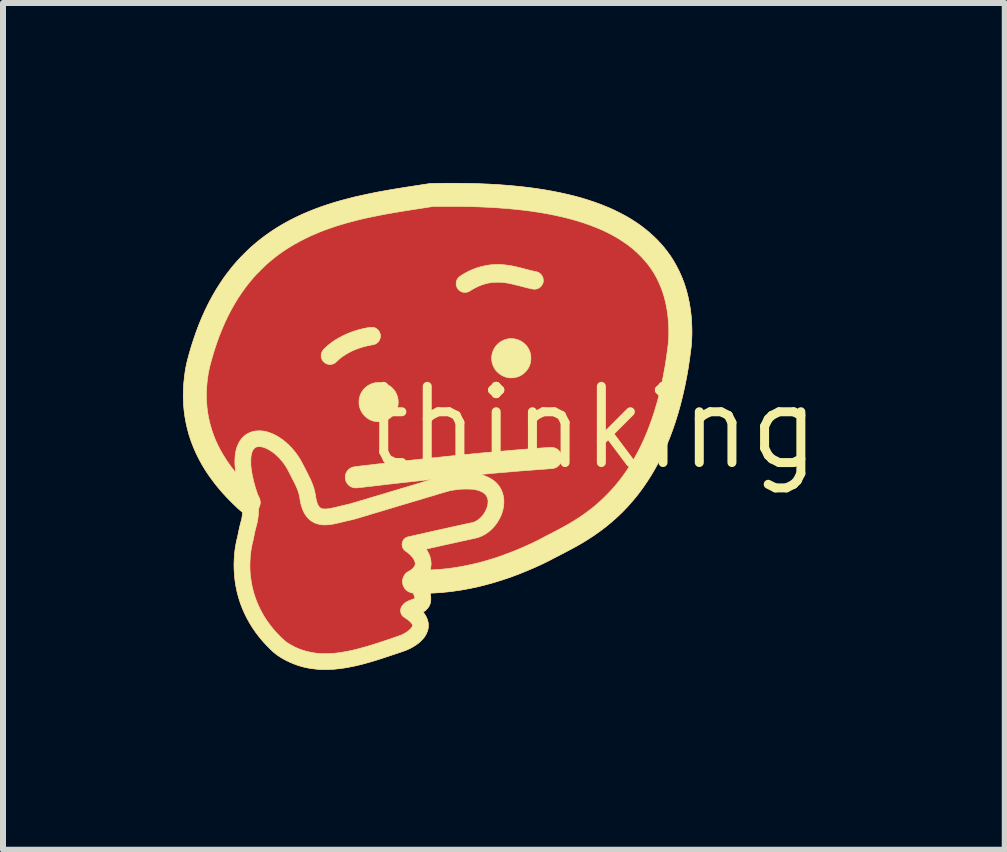
<source format=kicad_pcb>
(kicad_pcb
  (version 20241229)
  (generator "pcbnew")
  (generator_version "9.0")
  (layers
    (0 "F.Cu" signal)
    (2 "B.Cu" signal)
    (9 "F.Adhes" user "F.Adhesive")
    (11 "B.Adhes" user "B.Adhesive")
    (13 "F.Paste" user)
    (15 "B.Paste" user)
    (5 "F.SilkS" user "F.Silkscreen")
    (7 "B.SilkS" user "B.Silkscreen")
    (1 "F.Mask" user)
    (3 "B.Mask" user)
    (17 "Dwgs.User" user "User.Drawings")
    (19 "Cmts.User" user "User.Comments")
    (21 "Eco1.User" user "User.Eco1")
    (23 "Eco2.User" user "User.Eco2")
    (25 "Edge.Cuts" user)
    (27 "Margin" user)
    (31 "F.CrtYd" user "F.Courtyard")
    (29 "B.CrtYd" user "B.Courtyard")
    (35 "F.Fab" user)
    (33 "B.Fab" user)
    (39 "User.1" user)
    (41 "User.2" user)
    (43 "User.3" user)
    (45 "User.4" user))
  (footprint "thinking"
    (layer "F.Cu")
    (at 6.825 4.082)
    (property "Reference" "thinking" (at 0 0 0) (layer "F.SilkS") (effects (font (size 1.27 1.27) (thickness 0.15))))
    (attr through_hole)
    (fp_poly (pts (xy -2.215 -4.076) (xy -2.114 -4.074) (xy -2.014 -4.072) (xy -1.915 -4.07) (xy -1.82 -4.066) (xy -1.739 -4.063) (xy -1.573 -4.053) (xy -1.411 -4.041) (xy -1.254 -4.027) (xy -1.102 -4.01) (xy -0.953 -3.991) (xy -0.809 -3.969) (xy -0.67 -3.945) (xy -0.534 -3.918) (xy -0.403 -3.889) (xy -0.276 -3.857) (xy -0.153 -3.823) (xy -0.035 -3.786) (xy 0.08 -3.746) (xy 0.19 -3.704) (xy 0.297 -3.66) (xy 0.399 -3.613) (xy 0.497 -3.563) (xy 0.591 -3.511) (xy 0.682 -3.456) (xy 0.768 -3.398) (xy 0.85 -3.338) (xy 0.852 -3.337) (xy 0.925 -3.278) (xy 0.996 -3.216) (xy 1.065 -3.151) (xy 1.129 -3.084) (xy 1.188 -3.017) (xy 1.249 -2.94) (xy 1.306 -2.86) (xy 1.359 -2.777) (xy 1.408 -2.691) (xy 1.452 -2.603) (xy 1.492 -2.512) (xy 1.528 -2.418) (xy 1.56 -2.322) (xy 1.587 -2.223) (xy 1.61 -2.122) (xy 1.629 -2.018) (xy 1.641 -1.933) (xy 1.649 -1.856) (xy 1.655 -1.778) (xy 1.659 -1.7) (xy 1.661 -1.622) (xy 1.66 -1.546) (xy 1.658 -1.471) (xy 1.653 -1.4) (xy 1.647 -1.336) (xy 1.625 -1.167) (xy 1.601 -1.003) (xy 1.573 -0.842) (xy 1.542 -0.685) (xy 1.507 -0.532) (xy 1.47 -0.383) (xy 1.429 -0.238) (xy 1.385 -0.097) (xy 1.338 0.04) (xy 1.288 0.173) (xy 1.235 0.302) (xy 1.178 0.428) (xy 1.118 0.549) (xy 1.055 0.667) (xy 0.989 0.781) (xy 0.92 0.891) (xy 0.847 0.997) (xy 0.772 1.099) (xy 0.693 1.197) (xy 0.61 1.292) (xy 0.605 1.298) (xy 0.523 1.384) (xy 0.438 1.468) (xy 0.349 1.548) (xy 0.257 1.626) (xy 0.162 1.7) (xy 0.062 1.772) (xy -0.042 1.842) (xy -0.15 1.909) (xy -0.213 1.946) (xy -0.241 1.962) (xy -0.27 1.978) (xy -0.3 1.995) (xy -0.332 2.012) (xy -0.367 2.031) (xy -0.405 2.051) (xy -0.446 2.072) (xy -0.49 2.096) (xy -0.522 2.112) (xy -0.546 2.125) (xy -0.57 2.137) (xy -0.593 2.149) (xy -0.615 2.16) (xy -0.634 2.17) (xy -0.651 2.179) (xy -0.665 2.186) (xy -0.675 2.192) (xy -0.677 2.193) (xy -0.694 2.202) (xy -0.714 2.212) (xy -0.738 2.224) (xy -0.764 2.237) (xy -0.792 2.251) (xy -0.821 2.265) (xy -0.85 2.279) (xy -0.878 2.292) (xy -0.906 2.304) (xy -0.919 2.311) (xy -1.064 2.374) (xy -1.207 2.432) (xy -1.349 2.486) (xy -1.491 2.534) (xy -1.631 2.578) (xy -1.771 2.617) (xy -1.91 2.651) (xy -2.049 2.681) (xy -2.188 2.706) (xy -2.326 2.726) (xy -2.464 2.742) (xy -2.508 2.746) (xy -2.526 2.747) (xy -2.546 2.749) (xy -2.568 2.75) (xy -2.59 2.752) (xy -2.611 2.753) (xy -2.632 2.754) (xy -2.651 2.755) (xy -2.666 2.756) (xy -2.678 2.756) (xy -2.681 2.756) (xy -2.703 2.756) (xy -2.702 2.765) (xy -2.7 2.773) (xy -2.699 2.783) (xy -2.697 2.794) (xy -2.696 2.795) (xy -2.694 2.81) (xy -2.693 2.827) (xy -2.693 2.847) (xy -2.693 2.866) (xy -2.694 2.884) (xy -2.695 2.899) (xy -2.696 2.904) (xy -2.705 2.938) (xy -2.718 2.969) (xy -2.736 2.998) (xy -2.758 3.024) (xy -2.784 3.048) (xy -2.807 3.064) (xy -2.821 3.074) (xy -2.805 3.095) (xy -2.783 3.127) (xy -2.766 3.159) (xy -2.752 3.192) (xy -2.742 3.225) (xy -2.739 3.236) (xy -2.737 3.245) (xy -2.736 3.255) (xy -2.735 3.265) (xy -2.734 3.278) (xy -2.734 3.294) (xy -2.734 3.294) (xy -2.735 3.316) (xy -2.736 3.334) (xy -2.738 3.35) (xy -2.741 3.366) (xy -2.746 3.384) (xy -2.751 3.399) (xy -2.766 3.433) (xy -2.786 3.468) (xy -2.81 3.502) (xy -2.838 3.535) (xy -2.871 3.567) (xy -2.907 3.598) (xy -2.948 3.627) (xy -2.967 3.64) (xy -2.983 3.649) (xy -3.002 3.66) (xy -3.023 3.671) (xy -3.045 3.682) (xy -3.066 3.693) (xy -3.086 3.701) (xy -3.099 3.707) (xy -3.106 3.71) (xy -3.117 3.714) (xy -3.133 3.719) (xy -3.152 3.726) (xy -3.173 3.733) (xy -3.198 3.742) (xy -3.224 3.751) (xy -3.252 3.76) (xy -3.281 3.77) (xy -3.31 3.78) (xy -3.34 3.79) (xy -3.37 3.8) (xy -3.398 3.809) (xy -3.426 3.819) (xy -3.452 3.827) (xy -3.475 3.835) (xy -3.496 3.842) (xy -3.509 3.846) (xy -3.59 3.871) (xy -3.667 3.895) (xy -3.741 3.916) (xy -3.811 3.935) (xy -3.878 3.953) (xy -3.943 3.968) (xy -4.006 3.981) (xy -4.067 3.993) (xy -4.126 4.003) (xy -4.185 4.012) (xy -4.243 4.019) (xy -4.298 4.025) (xy -4.31 4.026) (xy -4.327 4.027) (xy -4.347 4.027) (xy -4.369 4.028) (xy -4.393 4.029) (xy -4.417 4.029) (xy -4.442 4.03) (xy -4.466 4.03) (xy -4.488 4.03) (xy -4.508 4.03) (xy -4.525 4.03) (xy -4.537 4.03) (xy -4.54 4.029) (xy -4.624 4.022) (xy -4.705 4.011) (xy -4.783 3.996) (xy -4.858 3.977) (xy -4.932 3.954) (xy -5.003 3.927) (xy -5.073 3.895) (xy -5.141 3.86) (xy -5.209 3.819) (xy -5.248 3.794) (xy -5.268 3.779) (xy -5.291 3.76) (xy -5.317 3.738) (xy -5.344 3.714) (xy -5.372 3.687) (xy -5.401 3.658) (xy -5.431 3.628) (xy -5.46 3.596) (xy -5.489 3.564) (xy -5.517 3.532) (xy -5.529 3.518) (xy -5.591 3.439) (xy -5.648 3.359) (xy -5.701 3.276) (xy -5.75 3.191) (xy -5.793 3.104) (xy -5.833 3.015) (xy -5.867 2.924) (xy -5.897 2.832) (xy -5.922 2.738) (xy -5.927 2.714) (xy -5.944 2.626) (xy -5.958 2.537) (xy -5.967 2.446) (xy -5.972 2.356) (xy -5.973 2.265) (xy -5.97 2.175) (xy -5.963 2.086) (xy -5.952 1.999) (xy -5.936 1.914) (xy -5.921 1.847) (xy -5.917 1.833) (xy -5.913 1.816) (xy -5.909 1.796) (xy -5.904 1.774) (xy -5.9 1.753) (xy -5.897 1.737) (xy -5.89 1.706) (xy -5.884 1.674) (xy -5.877 1.645) (xy -5.87 1.617) (xy -5.864 1.592) (xy -5.858 1.571) (xy -5.854 1.556) (xy -5.849 1.538) (xy -5.844 1.521) (xy -5.841 1.502) (xy -5.838 1.481) (xy -5.836 1.466) (xy -5.834 1.448) (xy -5.832 1.435) (xy -5.832 1.425) (xy -5.832 1.417) (xy -5.834 1.411) (xy -5.838 1.406) (xy -5.844 1.4) (xy -5.851 1.394) (xy -5.857 1.389) (xy -5.881 1.368) (xy -5.908 1.343) (xy -5.937 1.317) (xy -5.967 1.288) (xy -5.998 1.258) (xy -6.029 1.227) (xy -6.059 1.197) (xy -6.088 1.167) (xy -6.108 1.146) (xy -6.189 1.056) (xy -6.266 0.965) (xy -6.337 0.872) (xy -6.404 0.779) (xy -6.465 0.684) (xy -6.522 0.588) (xy -6.574 0.491) (xy -6.621 0.393) (xy -6.662 0.294) (xy -6.699 0.193) (xy -6.731 0.091) (xy -6.758 -0.011) (xy -6.78 -0.115) (xy -6.797 -0.221) (xy -6.801 -0.246) (xy -6.811 -0.348) (xy -6.818 -0.449) (xy -6.82 -0.551) (xy -6.817 -0.654) (xy -6.81 -0.758) (xy -6.799 -0.864) (xy -6.783 -0.972) (xy -6.78 -0.986) (xy -6.777 -1.006) (xy -6.771 -1.031) (xy -6.765 -1.059) (xy -6.758 -1.09) (xy -6.75 -1.123) (xy -6.741 -1.158) (xy -6.732 -1.193) (xy -6.722 -1.229) (xy -6.712 -1.264) (xy -6.711 -1.267) (xy -6.669 -1.407) (xy -6.624 -1.542) (xy -6.577 -1.673) (xy -6.526 -1.8) (xy -6.472 -1.923) (xy -6.415 -2.042) (xy -6.355 -2.157) (xy -6.292 -2.269) (xy -6.226 -2.376) (xy -6.157 -2.48) (xy -6.085 -2.58) (xy -6.009 -2.676) (xy -5.988 -2.701) (xy -5.964 -2.73) (xy -5.94 -2.757) (xy -5.917 -2.783) (xy -5.893 -2.809) (xy -5.867 -2.836) (xy -5.84 -2.865) (xy -5.809 -2.896) (xy -5.804 -2.901) (xy -5.772 -2.933) (xy -5.742 -2.962) (xy -5.714 -2.988) (xy -5.688 -3.013) (xy -5.661 -3.037) (xy -5.634 -3.06) (xy -5.606 -3.084) (xy -5.576 -3.108) (xy -5.551 -3.128) (xy -5.46 -3.198) (xy -5.366 -3.264) (xy -5.269 -3.328) (xy -5.168 -3.389) (xy -5.063 -3.447) (xy -4.955 -3.503) (xy -4.842 -3.556) (xy -4.726 -3.606) (xy -4.606 -3.653) (xy -4.482 -3.698) (xy -4.354 -3.74) (xy -4.221 -3.78) (xy -4.085 -3.817) (xy -3.966 -3.847) (xy -3.922 -3.857) (xy -3.877 -3.867) (xy -3.833 -3.877) (xy -3.789 -3.887) (xy -3.745 -3.896) (xy -3.7 -3.906) (xy -3.653 -3.915) (xy -3.606 -3.924) (xy -3.557 -3.933) (xy -3.506 -3.943) (xy -3.453 -3.952) (xy -3.397 -3.962) (xy -3.339 -3.972) (xy -3.277 -3.982) (xy -3.213 -3.993) (xy -3.144 -4.004) (xy -3.072 -4.015) (xy -2.995 -4.027) (xy -2.914 -4.04) (xy -2.854 -4.049) (xy -2.701 -4.072) (xy -2.606 -4.074) (xy -2.513 -4.076) (xy -2.416 -4.077) (xy -2.316 -4.077) (xy -2.215 -4.076)) (stroke (width 0.01) (type solid)) (fill yes) (layer "F.Cu"))
    (fp_poly (pts (xy -3.534 -0.753) (xy -3.515 -0.752) (xy -3.508 -0.751) (xy -3.468 -0.741) (xy -3.43 -0.727) (xy -3.395 -0.709) (xy -3.362 -0.687) (xy -3.333 -0.662) (xy -3.307 -0.632) (xy -3.284 -0.6) (xy -3.265 -0.564) (xy -3.25 -0.525) (xy -3.244 -0.505) (xy -3.241 -0.487) (xy -3.238 -0.465) (xy -3.236 -0.442) (xy -3.236 -0.418) (xy -3.237 -0.395) (xy -3.239 -0.375) (xy -3.24 -0.373) (xy -3.249 -0.333) (xy -3.263 -0.295) (xy -3.281 -0.26) (xy -3.304 -0.227) (xy -3.331 -0.197) (xy -3.361 -0.17) (xy -3.394 -0.147) (xy -3.429 -0.129) (xy -3.466 -0.115) (xy -3.505 -0.105) (xy -3.544 -0.101) (xy -3.584 -0.101) (xy -3.594 -0.102) (xy -3.635 -0.108) (xy -3.673 -0.119) (xy -3.71 -0.135) (xy -3.744 -0.155) (xy -3.776 -0.18) (xy -3.794 -0.197) (xy -3.821 -0.227) (xy -3.843 -0.259) (xy -3.861 -0.293) (xy -3.875 -0.33) (xy -3.884 -0.364) (xy -3.888 -0.388) (xy -3.89 -0.415) (xy -3.889 -0.443) (xy -3.887 -0.47) (xy -3.884 -0.492) (xy -3.873 -0.532) (xy -3.858 -0.57) (xy -3.838 -0.605) (xy -3.815 -0.637) (xy -3.788 -0.665) (xy -3.758 -0.691) (xy -3.725 -0.712) (xy -3.688 -0.73) (xy -3.649 -0.744) (xy -3.637 -0.747) (xy -3.621 -0.75) (xy -3.601 -0.752) (xy -3.578 -0.754) (xy -3.556 -0.754) (xy -3.534 -0.753)) (stroke (width 0.01) (type solid)) (fill yes) (layer "F.SilkS"))
    (fp_poly (pts (xy -1.337 -1.485) (xy -1.313 -1.484) (xy -1.291 -1.481) (xy -1.272 -1.477) (xy -1.233 -1.465) (xy -1.196 -1.448) (xy -1.162 -1.427) (xy -1.131 -1.402) (xy -1.103 -1.375) (xy -1.079 -1.344) (xy -1.059 -1.31) (xy -1.043 -1.274) (xy -1.032 -1.236) (xy -1.028 -1.216) (xy -1.025 -1.197) (xy -1.024 -1.175) (xy -1.024 -1.152) (xy -1.025 -1.129) (xy -1.027 -1.109) (xy -1.028 -1.102) (xy -1.037 -1.064) (xy -1.05 -1.027) (xy -1.068 -0.992) (xy -1.09 -0.96) (xy -1.116 -0.931) (xy -1.145 -0.904) (xy -1.177 -0.881) (xy -1.211 -0.862) (xy -1.246 -0.849) (xy -1.274 -0.841) (xy -1.305 -0.835) (xy -1.336 -0.832) (xy -1.367 -0.832) (xy -1.382 -0.833) (xy -1.423 -0.84) (xy -1.461 -0.851) (xy -1.498 -0.867) (xy -1.533 -0.888) (xy -1.565 -0.913) (xy -1.581 -0.928) (xy -1.609 -0.958) (xy -1.631 -0.991) (xy -1.649 -1.025) (xy -1.663 -1.062) (xy -1.672 -1.095) (xy -1.675 -1.118) (xy -1.677 -1.143) (xy -1.677 -1.17) (xy -1.676 -1.195) (xy -1.673 -1.217) (xy -1.663 -1.256) (xy -1.649 -1.293) (xy -1.631 -1.328) (xy -1.609 -1.36) (xy -1.584 -1.389) (xy -1.555 -1.415) (xy -1.523 -1.437) (xy -1.488 -1.456) (xy -1.451 -1.471) (xy -1.412 -1.481) (xy -1.405 -1.482) (xy -1.385 -1.485) (xy -1.362 -1.486) (xy -1.337 -1.485)) (stroke (width 0.01) (type solid)) (fill yes) (layer "F.SilkS"))
    (fp_poly (pts (xy -3.645 -1.673) (xy -3.623 -1.666) (xy -3.603 -1.656) (xy -3.585 -1.642) (xy -3.572 -1.63) (xy -3.555 -1.609) (xy -3.543 -1.586) (xy -3.535 -1.562) (xy -3.532 -1.536) (xy -3.533 -1.51) (xy -3.539 -1.485) (xy -3.549 -1.46) (xy -3.553 -1.453) (xy -3.565 -1.436) (xy -3.581 -1.42) (xy -3.6 -1.406) (xy -3.619 -1.395) (xy -3.633 -1.389) (xy -3.638 -1.388) (xy -3.647 -1.386) (xy -3.659 -1.384) (xy -3.673 -1.381) (xy -3.686 -1.379) (xy -3.754 -1.365) (xy -3.822 -1.348) (xy -3.888 -1.327) (xy -3.953 -1.303) (xy -4.014 -1.276) (xy -4.073 -1.245) (xy -4.128 -1.212) (xy -4.179 -1.177) (xy -4.183 -1.174) (xy -4.195 -1.164) (xy -4.21 -1.152) (xy -4.225 -1.139) (xy -4.239 -1.126) (xy -4.247 -1.119) (xy -4.259 -1.108) (xy -4.27 -1.097) (xy -4.281 -1.088) (xy -4.289 -1.081) (xy -4.294 -1.077) (xy -4.316 -1.066) (xy -4.34 -1.059) (xy -4.365 -1.055) (xy -4.39 -1.056) (xy -4.404 -1.058) (xy -4.43 -1.066) (xy -4.453 -1.079) (xy -4.474 -1.095) (xy -4.491 -1.114) (xy -4.505 -1.137) (xy -4.515 -1.161) (xy -4.517 -1.172) (xy -4.52 -1.188) (xy -4.521 -1.202) (xy -4.52 -1.216) (xy -4.517 -1.231) (xy -4.511 -1.254) (xy -4.502 -1.273) (xy -4.489 -1.293) (xy -4.481 -1.303) (xy -4.469 -1.316) (xy -4.454 -1.33) (xy -4.437 -1.346) (xy -4.419 -1.363) (xy -4.4 -1.379) (xy -4.397 -1.382) (xy -4.344 -1.423) (xy -4.287 -1.462) (xy -4.226 -1.498) (xy -4.162 -1.532) (xy -4.094 -1.564) (xy -4.025 -1.592) (xy -3.954 -1.617) (xy -3.881 -1.638) (xy -3.807 -1.656) (xy -3.732 -1.67) (xy -3.725 -1.671) (xy -3.695 -1.675) (xy -3.668 -1.675) (xy -3.645 -1.673)) (stroke (width 0.01) (type solid)) (fill yes) (layer "F.SilkS"))
    (fp_poly (pts (xy -1.528 -2.721) (xy -1.498 -2.719) (xy -1.47 -2.717) (xy -1.442 -2.714) (xy -1.414 -2.71) (xy -1.385 -2.706) (xy -1.356 -2.702) (xy -1.326 -2.696) (xy -1.293 -2.689) (xy -1.258 -2.681) (xy -1.221 -2.672) (xy -1.179 -2.662) (xy -1.134 -2.65) (xy -1.11 -2.644) (xy -1.079 -2.636) (xy -1.053 -2.629) (xy -1.03 -2.623) (xy -1.01 -2.618) (xy -0.992 -2.614) (xy -0.976 -2.611) (xy -0.961 -2.607) (xy -0.947 -2.604) (xy -0.945 -2.604) (xy -0.927 -2.6) (xy -0.914 -2.596) (xy -0.902 -2.591) (xy -0.89 -2.585) (xy -0.881 -2.579) (xy -0.86 -2.562) (xy -0.843 -2.542) (xy -0.829 -2.518) (xy -0.823 -2.502) (xy -0.82 -2.489) (xy -0.818 -2.473) (xy -0.817 -2.456) (xy -0.817 -2.439) (xy -0.819 -2.425) (xy -0.82 -2.421) (xy -0.829 -2.396) (xy -0.843 -2.374) (xy -0.859 -2.354) (xy -0.878 -2.337) (xy -0.897 -2.326) (xy -0.908 -2.321) (xy -0.919 -2.317) (xy -0.931 -2.314) (xy -0.942 -2.312) (xy -0.955 -2.311) (xy -0.969 -2.311) (xy -0.985 -2.312) (xy -1.004 -2.315) (xy -1.025 -2.319) (xy -1.049 -2.325) (xy -1.077 -2.331) (xy -1.109 -2.339) (xy -1.134 -2.346) (xy -1.177 -2.357) (xy -1.216 -2.367) (xy -1.251 -2.376) (xy -1.282 -2.383) (xy -1.31 -2.39) (xy -1.335 -2.396) (xy -1.358 -2.401) (xy -1.378 -2.406) (xy -1.398 -2.409) (xy -1.416 -2.413) (xy -1.434 -2.415) (xy -1.451 -2.418) (xy -1.469 -2.42) (xy -1.488 -2.422) (xy -1.497 -2.423) (xy -1.515 -2.425) (xy -1.536 -2.426) (xy -1.56 -2.426) (xy -1.585 -2.426) (xy -1.61 -2.426) (xy -1.634 -2.425) (xy -1.655 -2.424) (xy -1.672 -2.422) (xy -1.673 -2.422) (xy -1.736 -2.412) (xy -1.798 -2.396) (xy -1.859 -2.376) (xy -1.918 -2.35) (xy -1.977 -2.32) (xy -2.014 -2.298) (xy -2.031 -2.287) (xy -2.044 -2.279) (xy -2.055 -2.273) (xy -2.065 -2.269) (xy -2.073 -2.265) (xy -2.082 -2.262) (xy -2.083 -2.262) (xy -2.097 -2.259) (xy -2.114 -2.257) (xy -2.131 -2.257) (xy -2.145 -2.258) (xy -2.148 -2.258) (xy -2.174 -2.265) (xy -2.197 -2.276) (xy -2.218 -2.291) (xy -2.236 -2.309) (xy -2.25 -2.329) (xy -2.261 -2.352) (xy -2.268 -2.376) (xy -2.27 -2.402) (xy -2.268 -2.428) (xy -2.266 -2.439) (xy -2.259 -2.46) (xy -2.251 -2.477) (xy -2.24 -2.493) (xy -2.226 -2.508) (xy -2.208 -2.523) (xy -2.19 -2.536) (xy -2.125 -2.576) (xy -2.059 -2.611) (xy -1.991 -2.641) (xy -1.922 -2.667) (xy -1.852 -2.687) (xy -1.781 -2.703) (xy -1.709 -2.715) (xy -1.637 -2.721) (xy -1.564 -2.722) (xy -1.528 -2.721)) (stroke (width 0.01) (type solid)) (fill yes) (layer "F.SilkS"))
    (fp_poly (pts (xy -2.259 -4.076) (xy -2.185 -4.075) (xy -2.112 -4.074) (xy -2.04 -4.073) (xy -1.971 -4.071) (xy -1.905 -4.07) (xy -1.891 -4.069) (xy -1.725 -4.062) (xy -1.562 -4.053) (xy -1.405 -4.041) (xy -1.252 -4.027) (xy -1.103 -4.011) (xy -0.958 -3.992) (xy -0.818 -3.971) (xy -0.681 -3.947) (xy -0.549 -3.921) (xy -0.421 -3.893) (xy -0.297 -3.863) (xy -0.177 -3.83) (xy -0.061 -3.794) (xy 0.052 -3.756) (xy 0.16 -3.716) (xy 0.207 -3.697) (xy 0.287 -3.664) (xy 0.366 -3.628) (xy 0.443 -3.59) (xy 0.518 -3.551) (xy 0.59 -3.512) (xy 0.629 -3.489) (xy 0.646 -3.478) (xy 0.666 -3.465) (xy 0.689 -3.451) (xy 0.713 -3.435) (xy 0.737 -3.419) (xy 0.761 -3.403) (xy 0.783 -3.388) (xy 0.802 -3.374) (xy 0.814 -3.365) (xy 0.886 -3.31) (xy 0.957 -3.251) (xy 1.025 -3.189) (xy 1.09 -3.125) (xy 1.151 -3.059) (xy 1.192 -3.012) (xy 1.251 -2.937) (xy 1.308 -2.858) (xy 1.36 -2.775) (xy 1.408 -2.69) (xy 1.452 -2.603) (xy 1.492 -2.513) (xy 1.528 -2.421) (xy 1.543 -2.376) (xy 1.572 -2.283) (xy 1.596 -2.186) (xy 1.617 -2.087) (xy 1.634 -1.986) (xy 1.647 -1.882) (xy 1.65 -1.85) (xy 1.655 -1.776) (xy 1.659 -1.702) (xy 1.661 -1.628) (xy 1.661 -1.554) (xy 1.658 -1.483) (xy 1.655 -1.415) (xy 1.649 -1.35) (xy 1.647 -1.336) (xy 1.625 -1.167) (xy 1.601 -1.003) (xy 1.573 -0.842) (xy 1.542 -0.686) (xy 1.507 -0.533) (xy 1.47 -0.384) (xy 1.429 -0.239) (xy 1.386 -0.099) (xy 1.339 0.038) (xy 1.289 0.171) (xy 1.236 0.3) (xy 1.179 0.425) (xy 1.12 0.547) (xy 1.057 0.664) (xy 0.991 0.778) (xy 0.922 0.887) (xy 0.85 0.993) (xy 0.774 1.095) (xy 0.736 1.144) (xy 0.658 1.237) (xy 0.578 1.327) (xy 0.495 1.413) (xy 0.408 1.495) (xy 0.318 1.575) (xy 0.225 1.652) (xy 0.128 1.725) (xy 0.026 1.797) (xy -0.08 1.866) (xy -0.094 1.875) (xy -0.122 1.892) (xy -0.15 1.909) (xy -0.178 1.926) (xy -0.206 1.942) (xy -0.236 1.959) (xy -0.267 1.977) (xy -0.3 1.995) (xy -0.335 2.014) (xy -0.373 2.034) (xy -0.414 2.056) (xy -0.459 2.08) (xy -0.508 2.105) (xy -0.522 2.112) (xy -0.546 2.125) (xy -0.57 2.137) (xy -0.593 2.149) (xy -0.615 2.16) (xy -0.634 2.17) (xy -0.651 2.179) (xy -0.665 2.186) (xy -0.675 2.192) (xy -0.677 2.193) (xy -0.694 2.202) (xy -0.714 2.212) (xy -0.738 2.224) (xy -0.764 2.237) (xy -0.792 2.251) (xy -0.821 2.265) (xy -0.85 2.279) (xy -0.878 2.292) (xy -0.906 2.304) (xy -0.919 2.311) (xy -1.065 2.374) (xy -1.209 2.433) (xy -1.352 2.487) (xy -1.494 2.535) (xy -1.635 2.579) (xy -1.776 2.618) (xy -1.915 2.653) (xy -2.055 2.682) (xy -2.193 2.707) (xy -2.332 2.727) (xy -2.338 2.728) (xy -2.394 2.735) (xy -2.451 2.74) (xy -2.507 2.746) (xy -2.561 2.75) (xy -2.612 2.753) (xy -2.655 2.755) (xy -2.703 2.757) (xy -2.702 2.765) (xy -2.701 2.771) (xy -2.699 2.78) (xy -2.697 2.791) (xy -2.696 2.797) (xy -2.694 2.812) (xy -2.693 2.83) (xy -2.693 2.85) (xy -2.693 2.87) (xy -2.694 2.889) (xy -2.696 2.906) (xy -2.699 2.918) (xy -2.711 2.952) (xy -2.726 2.983) (xy -2.747 3.011) (xy -2.771 3.037) (xy -2.799 3.059) (xy -2.799 3.059) (xy -2.821 3.074) (xy -2.805 3.095) (xy -2.783 3.127) (xy -2.766 3.159) (xy -2.752 3.192) (xy -2.742 3.225) (xy -2.739 3.236) (xy -2.737 3.245) (xy -2.736 3.255) (xy -2.735 3.265) (xy -2.734 3.278) (xy -2.734 3.294) (xy -2.734 3.294) (xy -2.735 3.313) (xy -2.735 3.328) (xy -2.736 3.34) (xy -2.738 3.351) (xy -2.739 3.357) (xy -2.751 3.397) (xy -2.768 3.437) (xy -2.789 3.474) (xy -2.798 3.488) (xy -2.809 3.502) (xy -2.823 3.518) (xy -2.839 3.536) (xy -2.856 3.553) (xy -2.873 3.569) (xy -2.89 3.584) (xy -2.897 3.59) (xy -2.93 3.614) (xy -2.966 3.638) (xy -3.005 3.661) (xy -3.045 3.683) (xy -3.086 3.701) (xy -3.108 3.71) (xy -3.117 3.714) (xy -3.13 3.718) (xy -3.147 3.724) (xy -3.168 3.732) (xy -3.191 3.74) (xy -3.218 3.749) (xy -3.246 3.758) (xy -3.276 3.768) (xy -3.307 3.779) (xy -3.339 3.789) (xy -3.372 3.8) (xy -3.404 3.811) (xy -3.435 3.821) (xy -3.466 3.831) (xy -3.495 3.841) (xy -3.522 3.85) (xy -3.547 3.858) (xy -3.569 3.865) (xy -3.587 3.871) (xy -3.599 3.874) (xy -3.677 3.898) (xy -3.75 3.919) (xy -3.82 3.938) (xy -3.887 3.955) (xy -3.951 3.97) (xy -4.014 3.983) (xy -4.074 3.995) (xy -4.133 4.005) (xy -4.192 4.013) (xy -4.25 4.02) (xy -4.298 4.025) (xy -4.309 4.026) (xy -4.325 4.026) (xy -4.343 4.027) (xy -4.364 4.028) (xy -4.386 4.029) (xy -4.41 4.029) (xy -4.433 4.03) (xy -4.456 4.03) (xy -4.477 4.03) (xy -4.496 4.03) (xy -4.513 4.03) (xy -4.526 4.03) (xy -4.535 4.03) (xy -4.535 4.03) (xy -4.541 4.029) (xy -4.551 4.028) (xy -4.564 4.027) (xy -4.578 4.026) (xy -4.583 4.026) (xy -4.665 4.017) (xy -4.746 4.004) (xy -4.825 3.986) (xy -4.904 3.963) (xy -4.98 3.935) (xy -5.055 3.903) (xy -5.128 3.867) (xy -5.184 3.835) (xy -5.21 3.818) (xy -5.235 3.802) (xy -5.258 3.786) (xy -5.28 3.769) (xy -5.302 3.751) (xy -5.325 3.732) (xy -5.348 3.71) (xy -5.374 3.685) (xy -5.401 3.657) (xy -5.413 3.646) (xy -5.482 3.572) (xy -5.546 3.497) (xy -5.605 3.42) (xy -5.661 3.34) (xy -5.711 3.259) (xy -5.758 3.175) (xy -5.794 3.103) (xy -5.833 3.015) (xy -5.867 2.926) (xy -5.896 2.834) (xy -5.921 2.741) (xy -5.941 2.647) (xy -5.956 2.552) (xy -5.966 2.456) (xy -5.972 2.359) (xy -5.973 2.28) (xy -5.708 2.28) (xy -5.708 2.348) (xy -5.704 2.414) (xy -5.701 2.454) (xy -5.689 2.545) (xy -5.673 2.635) (xy -5.652 2.724) (xy -5.626 2.81) (xy -5.596 2.894) (xy -5.56 2.977) (xy -5.52 3.058) (xy -5.476 3.137) (xy -5.426 3.214) (xy -5.372 3.289) (xy -5.313 3.363) (xy -5.306 3.371) (xy -5.288 3.392) (xy -5.267 3.414) (xy -5.246 3.437) (xy -5.224 3.46) (xy -5.202 3.482) (xy -5.18 3.504) (xy -5.159 3.523) (xy -5.14 3.541) (xy -5.122 3.556) (xy -5.108 3.568) (xy -5.1 3.574) (xy -5.039 3.613) (xy -4.975 3.648) (xy -4.91 3.679) (xy -4.841 3.705) (xy -4.77 3.726) (xy -4.697 3.743) (xy -4.622 3.756) (xy -4.544 3.764) (xy -4.54 3.764) (xy -4.525 3.765) (xy -4.506 3.765) (xy -4.484 3.766) (xy -4.459 3.766) (xy -4.433 3.765) (xy -4.407 3.765) (xy -4.382 3.764) (xy -4.358 3.763) (xy -4.336 3.762) (xy -4.318 3.761) (xy -4.314 3.761) (xy -4.258 3.755) (xy -4.201 3.747) (xy -4.143 3.738) (xy -4.082 3.727) (xy -4.019 3.714) (xy -3.954 3.699) (xy -3.886 3.681) (xy -3.815 3.662) (xy -3.741 3.641) (xy -3.662 3.617) (xy -3.58 3.591) (xy -3.564 3.585) (xy -3.532 3.575) (xy -3.499 3.564) (xy -3.465 3.553) (xy -3.432 3.542) (xy -3.399 3.531) (xy -3.367 3.52) (xy -3.336 3.509) (xy -3.307 3.499) (xy -3.28 3.49) (xy -3.256 3.481) (xy -3.234 3.474) (xy -3.216 3.467) (xy -3.201 3.462) (xy -3.19 3.458) (xy -3.185 3.456) (xy -3.144 3.436) (xy -3.107 3.415) (xy -3.074 3.392) (xy -3.046 3.369) (xy -3.038 3.361) (xy -3.022 3.344) (xy -3.01 3.328) (xy -3.002 3.313) (xy -2.998 3.301) (xy -2.997 3.296) (xy -2.999 3.284) (xy -3.006 3.271) (xy -3.016 3.256) (xy -3.03 3.24) (xy -3.047 3.224) (xy -3.067 3.207) (xy -3.089 3.19) (xy -3.114 3.174) (xy -3.12 3.17) (xy -3.138 3.158) (xy -3.153 3.147) (xy -3.165 3.135) (xy -3.174 3.122) (xy -3.176 3.121) (xy -3.187 3.098) (xy -3.194 3.074) (xy -3.197 3.049) (xy -3.194 3.025) (xy -3.187 3) (xy -3.176 2.977) (xy -3.172 2.972) (xy -3.159 2.954) (xy -3.145 2.939) (xy -3.128 2.924) (xy -3.109 2.911) (xy -3.087 2.898) (xy -3.061 2.885) (xy -3.031 2.873) (xy -3.004 2.863) (xy -2.99 2.858) (xy -2.977 2.853) (xy -2.967 2.849) (xy -2.961 2.846) (xy -2.958 2.845) (xy -2.957 2.841) (xy -2.958 2.833) (xy -2.961 2.823) (xy -2.965 2.81) (xy -2.97 2.796) (xy -2.975 2.782) (xy -2.976 2.78) (xy -2.986 2.757) (xy -3.007 2.753) (xy -3.036 2.745) (xy -3.062 2.734) (xy -3.086 2.719) (xy -3.108 2.699) (xy -3.113 2.694) (xy -3.132 2.671) (xy -3.146 2.645) (xy -3.157 2.617) (xy -3.163 2.588) (xy -3.165 2.558) (xy -3.162 2.536) (xy -3.155 2.505) (xy -3.143 2.477) (xy -3.128 2.451) (xy -3.109 2.428) (xy -3.086 2.408) (xy -3.06 2.393) (xy -3.054 2.39) (xy -3.035 2.379) (xy -3.016 2.366) (xy -2.998 2.351) (xy -2.983 2.335) (xy -2.97 2.319) (xy -2.961 2.304) (xy -2.954 2.286) (xy -2.952 2.267) (xy -2.954 2.247) (xy -2.96 2.225) (xy -2.969 2.205) (xy -2.985 2.177) (xy -3.006 2.15) (xy -3.031 2.123) (xy -3.06 2.096) (xy -3.092 2.071) (xy -3.108 2.06) (xy -3.13 2.042) (xy -3.147 2.023) (xy -3.16 2.001) (xy -3.168 1.976) (xy -3.17 1.965) (xy -3.172 1.941) (xy -3.168 1.917) (xy -3.161 1.894) (xy -3.15 1.873) (xy -3.135 1.855) (xy -3.117 1.839) (xy -3.097 1.827) (xy -3.09 1.824) (xy -3.086 1.823) (xy -3.078 1.821) (xy -3.065 1.818) (xy -3.048 1.814) (xy -3.027 1.809) (xy -3.003 1.804) (xy -2.976 1.797) (xy -2.945 1.79) (xy -2.912 1.783) (xy -2.877 1.775) (xy -2.839 1.767) (xy -2.8 1.758) (xy -2.759 1.748) (xy -2.716 1.739) (xy -2.673 1.729) (xy -2.629 1.719) (xy -2.584 1.709) (xy -2.539 1.699) (xy -2.494 1.689) (xy -2.45 1.68) (xy -2.406 1.67) (xy -2.364 1.66) (xy -2.322 1.651) (xy -2.282 1.642) (xy -2.244 1.634) (xy -2.207 1.626) (xy -2.173 1.618) (xy -2.142 1.611) (xy -2.114 1.605) (xy -2.088 1.6) (xy -2.067 1.595) (xy -2.048 1.591) (xy -2.034 1.588) (xy -2.024 1.586) (xy -2.019 1.585) (xy -2.018 1.585) (xy -2.013 1.584) (xy -2.005 1.583) (xy -1.995 1.58) (xy -1.993 1.58) (xy -1.963 1.57) (xy -1.934 1.555) (xy -1.905 1.536) (xy -1.877 1.514) (xy -1.85 1.488) (xy -1.826 1.46) (xy -1.803 1.429) (xy -1.784 1.396) (xy -1.767 1.362) (xy -1.754 1.327) (xy -1.749 1.31) (xy -1.741 1.274) (xy -1.738 1.239) (xy -1.739 1.208) (xy -1.745 1.179) (xy -1.755 1.152) (xy -1.77 1.127) (xy -1.789 1.105) (xy -1.813 1.086) (xy -1.841 1.068) (xy -1.846 1.066) (xy -1.874 1.054) (xy -1.906 1.043) (xy -1.942 1.034) (xy -1.982 1.027) (xy -1.993 1.026) (xy -2.003 1.025) (xy -2.018 1.024) (xy -2.036 1.023) (xy -2.057 1.023) (xy -2.079 1.022) (xy -2.102 1.022) (xy -2.126 1.022) (xy -2.149 1.023) (xy -2.17 1.023) (xy -2.189 1.024) (xy -2.204 1.025) (xy -2.212 1.026) (xy -2.23 1.028) (xy -2.25 1.03) (xy -2.272 1.033) (xy -2.294 1.036) (xy -2.315 1.039) (xy -2.335 1.043) (xy -2.353 1.045) (xy -2.367 1.048) (xy -2.371 1.049) (xy -2.377 1.05) (xy -2.387 1.053) (xy -2.401 1.057) (xy -2.419 1.062) (xy -2.441 1.068) (xy -2.465 1.075) (xy -2.492 1.083) (xy -2.522 1.092) (xy -2.553 1.101) (xy -2.587 1.111) (xy -2.621 1.122) (xy -2.645 1.129) (xy -2.685 1.141) (xy -2.727 1.153) (xy -2.77 1.166) (xy -2.814 1.179) (xy -2.858 1.193) (xy -2.902 1.206) (xy -2.944 1.218) (xy -2.984 1.23) (xy -3.021 1.241) (xy -3.054 1.251) (xy -3.078 1.259) (xy -3.149 1.279) (xy -3.214 1.299) (xy -3.275 1.317) (xy -3.331 1.334) (xy -3.384 1.35) (xy -3.432 1.364) (xy -3.477 1.378) (xy -3.518 1.39) (xy -3.555 1.401) (xy -3.589 1.411) (xy -3.62 1.42) (xy -3.648 1.429) (xy -3.673 1.436) (xy -3.696 1.443) (xy -3.708 1.447) (xy -3.735 1.455) (xy -3.764 1.464) (xy -3.795 1.473) (xy -3.825 1.482) (xy -3.855 1.491) (xy -3.881 1.499) (xy -3.895 1.503) (xy -3.917 1.509) (xy -3.94 1.516) (xy -3.961 1.522) (xy -3.982 1.527) (xy -3.999 1.532) (xy -4.013 1.535) (xy -4.021 1.537) (xy -4.032 1.539) (xy -4.047 1.543) (xy -4.065 1.547) (xy -4.086 1.552) (xy -4.109 1.557) (xy -4.132 1.563) (xy -4.155 1.568) (xy -4.157 1.569) (xy -4.194 1.578) (xy -4.227 1.586) (xy -4.256 1.592) (xy -4.282 1.598) (xy -4.306 1.603) (xy -4.327 1.607) (xy -4.347 1.61) (xy -4.365 1.613) (xy -4.384 1.615) (xy -4.402 1.617) (xy -4.418 1.618) (xy -4.467 1.62) (xy -4.513 1.617) (xy -4.557 1.609) (xy -4.599 1.598) (xy -4.638 1.582) (xy -4.674 1.561) (xy -4.708 1.537) (xy -4.739 1.508) (xy -4.767 1.474) (xy -4.792 1.437) (xy -4.799 1.426) (xy -4.814 1.397) (xy -4.827 1.367) (xy -4.839 1.335) (xy -4.85 1.299) (xy -4.86 1.261) (xy -4.869 1.218) (xy -4.877 1.171) (xy -4.877 1.17) (xy -4.885 1.127) (xy -4.896 1.085) (xy -4.909 1.043) (xy -4.927 1) (xy -4.936 0.98) (xy -4.94 0.97) (xy -4.947 0.956) (xy -4.955 0.939) (xy -4.965 0.919) (xy -4.976 0.897) (xy -4.988 0.873) (xy -5.001 0.849) (xy -5.013 0.824) (xy -5.026 0.799) (xy -5.038 0.775) (xy -5.05 0.752) (xy -5.06 0.732) (xy -5.07 0.714) (xy -5.078 0.699) (xy -5.084 0.688) (xy -5.085 0.685) (xy -5.113 0.639) (xy -5.143 0.594) (xy -5.177 0.552) (xy -5.212 0.511) (xy -5.249 0.474) (xy -5.287 0.439) (xy -5.327 0.408) (xy -5.367 0.381) (xy -5.407 0.358) (xy -5.447 0.339) (xy -5.46 0.334) (xy -5.484 0.326) (xy -5.506 0.32) (xy -5.527 0.317) (xy -5.548 0.315) (xy -5.56 0.316) (xy -5.579 0.317) (xy -5.595 0.319) (xy -5.608 0.324) (xy -5.619 0.33) (xy -5.63 0.339) (xy -5.636 0.345) (xy -5.651 0.362) (xy -5.663 0.382) (xy -5.673 0.406) (xy -5.681 0.434) (xy -5.688 0.466) (xy -5.689 0.473) (xy -5.69 0.487) (xy -5.692 0.505) (xy -5.693 0.526) (xy -5.693 0.549) (xy -5.693 0.573) (xy -5.693 0.596) (xy -5.693 0.618) (xy -5.691 0.638) (xy -5.69 0.654) (xy -5.68 0.729) (xy -5.666 0.805) (xy -5.648 0.884) (xy -5.626 0.966) (xy -5.626 0.966) (xy -5.62 0.986) (xy -5.614 1.007) (xy -5.607 1.028) (xy -5.6 1.05) (xy -5.593 1.07) (xy -5.587 1.089) (xy -5.581 1.106) (xy -5.575 1.12) (xy -5.571 1.131) (xy -5.568 1.137) (xy -5.568 1.138) (xy -5.557 1.157) (xy -5.549 1.177) (xy -5.542 1.197) (xy -5.538 1.217) (xy -5.537 1.23) (xy -5.536 1.239) (xy -5.535 1.248) (xy -5.534 1.25) (xy -5.533 1.256) (xy -5.533 1.259) (xy -5.534 1.259) (xy -5.537 1.262) (xy -5.537 1.266) (xy -5.538 1.274) (xy -5.541 1.285) (xy -5.544 1.297) (xy -5.548 1.31) (xy -5.553 1.322) (xy -5.554 1.326) (xy -5.557 1.332) (xy -5.559 1.337) (xy -5.56 1.343) (xy -5.562 1.35) (xy -5.563 1.359) (xy -5.563 1.371) (xy -5.564 1.386) (xy -5.565 1.396) (xy -5.567 1.436) (xy -5.57 1.472) (xy -5.574 1.504) (xy -5.578 1.534) (xy -5.583 1.561) (xy -5.588 1.587) (xy -5.595 1.612) (xy -5.597 1.621) (xy -5.609 1.666) (xy -5.622 1.716) (xy -5.633 1.768) (xy -5.644 1.821) (xy -5.645 1.829) (xy -5.648 1.846) (xy -5.652 1.864) (xy -5.657 1.882) (xy -5.66 1.897) (xy -5.66 1.897) (xy -5.674 1.955) (xy -5.686 2.016) (xy -5.695 2.08) (xy -5.702 2.145) (xy -5.706 2.213) (xy -5.708 2.28) (xy -5.973 2.28) (xy -5.973 2.262) (xy -5.969 2.164) (xy -5.96 2.066) (xy -5.954 2.016) (xy -5.948 1.98) (xy -5.942 1.944) (xy -5.935 1.908) (xy -5.928 1.875) (xy -5.921 1.847) (xy -5.918 1.836) (xy -5.915 1.822) (xy -5.911 1.805) (xy -5.907 1.785) (xy -5.903 1.765) (xy -5.898 1.744) (xy -5.898 1.742) (xy -5.89 1.704) (xy -5.882 1.668) (xy -5.874 1.634) (xy -5.867 1.603) (xy -5.86 1.576) (xy -5.853 1.553) (xy -5.853 1.552) (xy -5.846 1.528) (xy -5.841 1.502) (xy -5.837 1.471) (xy -5.834 1.443) (xy -5.83 1.408) (xy -5.841 1.401) (xy -5.855 1.39) (xy -5.872 1.376) (xy -5.892 1.359) (xy -5.914 1.339) (xy -5.938 1.316) (xy -5.963 1.292) (xy -5.989 1.267) (xy -6.016 1.24) (xy -6.044 1.212) (xy -6.071 1.185) (xy -6.098 1.157) (xy -6.123 1.129) (xy -6.148 1.102) (xy -6.162 1.087) (xy -6.24 0.996) (xy -6.313 0.904) (xy -6.381 0.811) (xy -6.445 0.717) (xy -6.503 0.622) (xy -6.556 0.525) (xy -6.605 0.427) (xy -6.648 0.328) (xy -6.687 0.228) (xy -6.721 0.127) (xy -6.749 0.024) (xy -6.773 -0.079) (xy -6.792 -0.184) (xy -6.806 -0.29) (xy -6.815 -0.398) (xy -6.819 -0.506) (xy -6.819 -0.53) (xy -6.434 -0.53) (xy -6.432 -0.46) (xy -6.431 -0.445) (xy -6.424 -0.347) (xy -6.412 -0.251) (xy -6.395 -0.157) (xy -6.373 -0.064) (xy -6.347 0.028) (xy -6.316 0.119) (xy -6.28 0.209) (xy -6.239 0.298) (xy -6.193 0.385) (xy -6.142 0.472) (xy -6.087 0.558) (xy -6.026 0.644) (xy -5.975 0.711) (xy -5.966 0.722) (xy -5.958 0.731) (xy -5.952 0.738) (xy -5.948 0.742) (xy -5.947 0.743) (xy -5.947 0.74) (xy -5.947 0.734) (xy -5.948 0.724) (xy -5.949 0.711) (xy -5.95 0.708) (xy -5.956 0.643) (xy -5.959 0.58) (xy -5.958 0.52) (xy -5.954 0.464) (xy -5.947 0.411) (xy -5.936 0.362) (xy -5.927 0.332) (xy -5.91 0.287) (xy -5.89 0.245) (xy -5.866 0.207) (xy -5.84 0.173) (xy -5.81 0.143) (xy -5.778 0.117) (xy -5.742 0.095) (xy -5.705 0.078) (xy -5.664 0.064) (xy -5.622 0.055) (xy -5.577 0.051) (xy -5.558 0.051) (xy -5.525 0.051) (xy -5.494 0.054) (xy -5.464 0.058) (xy -5.433 0.065) (xy -5.41 0.072) (xy -5.359 0.089) (xy -5.308 0.111) (xy -5.258 0.137) (xy -5.208 0.168) (xy -5.158 0.203) (xy -5.11 0.242) (xy -5.064 0.284) (xy -5.019 0.329) (xy -4.976 0.378) (xy -4.935 0.43) (xy -4.898 0.484) (xy -4.872 0.525) (xy -4.864 0.538) (xy -4.855 0.554) (xy -4.844 0.575) (xy -4.832 0.598) (xy -4.818 0.623) (xy -4.804 0.651) (xy -4.789 0.679) (xy -4.775 0.708) (xy -4.76 0.737) (xy -4.745 0.766) (xy -4.732 0.794) (xy -4.719 0.82) (xy -4.707 0.844) (xy -4.697 0.865) (xy -4.689 0.883) (xy -4.682 0.897) (xy -4.682 0.899) (xy -4.66 0.954) (xy -4.642 1.008) (xy -4.628 1.062) (xy -4.617 1.117) (xy -4.616 1.123) (xy -4.611 1.155) (xy -4.606 1.183) (xy -4.601 1.207) (xy -4.595 1.228) (xy -4.59 1.246) (xy -4.584 1.263) (xy -4.577 1.279) (xy -4.574 1.284) (xy -4.563 1.304) (xy -4.551 1.321) (xy -4.539 1.333) (xy -4.524 1.342) (xy -4.514 1.347) (xy -4.505 1.35) (xy -4.492 1.352) (xy -4.477 1.353) (xy -4.46 1.354) (xy -4.442 1.354) (xy -4.424 1.353) (xy -4.408 1.351) (xy -4.407 1.351) (xy -4.384 1.348) (xy -4.355 1.343) (xy -4.323 1.336) (xy -4.286 1.328) (xy -4.246 1.318) (xy -4.205 1.308) (xy -4.168 1.299) (xy -4.135 1.291) (xy -4.107 1.285) (xy -4.082 1.279) (xy -4.079 1.279) (xy -4.072 1.277) (xy -4.061 1.274) (xy -4.045 1.27) (xy -4.026 1.265) (xy -4.004 1.258) (xy -3.979 1.251) (xy -3.952 1.243) (xy -3.923 1.235) (xy -3.893 1.226) (xy -3.862 1.216) (xy -3.852 1.213) (xy -3.829 1.207) (xy -3.801 1.198) (xy -3.769 1.189) (xy -3.734 1.178) (xy -3.695 1.166) (xy -3.653 1.154) (xy -3.608 1.141) (xy -3.561 1.127) (xy -3.513 1.112) (xy -3.462 1.097) (xy -3.411 1.082) (xy -3.359 1.066) (xy -3.306 1.05) (xy -3.254 1.035) (xy -3.202 1.019) (xy -3.166 1.008) (xy -3.117 0.994) (xy -3.07 0.98) (xy -3.025 0.966) (xy -2.981 0.953) (xy -2.939 0.94) (xy -2.9 0.929) (xy -2.863 0.918) (xy -2.829 0.907) (xy -2.797 0.898) (xy -2.769 0.889) (xy -2.744 0.882) (xy -2.723 0.875) (xy -2.705 0.87) (xy -2.692 0.866) (xy -2.683 0.863) (xy -2.679 0.862) (xy -2.678 0.862) (xy -2.681 0.862) (xy -2.687 0.862) (xy -2.696 0.863) (xy -2.7 0.864) (xy -2.706 0.864) (xy -2.716 0.865) (xy -2.731 0.867) (xy -2.749 0.869) (xy -2.771 0.871) (xy -2.796 0.874) (xy -2.824 0.877) (xy -2.853 0.88) (xy -2.885 0.884) (xy -2.917 0.888) (xy -2.943 0.89) (xy -3.005 0.897) (xy -3.063 0.904) (xy -3.12 0.91) (xy -3.175 0.916) (xy -3.228 0.922) (xy -3.282 0.928) (xy -3.335 0.934) (xy -3.39 0.94) (xy -3.447 0.947) (xy -3.506 0.954) (xy -3.568 0.961) (xy -3.633 0.969) (xy -3.692 0.976) (xy -3.734 0.981) (xy -3.771 0.985) (xy -3.803 0.989) (xy -3.832 0.992) (xy -3.857 0.995) (xy -3.878 0.997) (xy -3.896 0.999) (xy -3.911 1) (xy -3.923 1.001) (xy -3.933 1.002) (xy -3.941 1.002) (xy -3.948 1.003) (xy -3.953 1.003) (xy -3.954 1.002) (xy -3.982 0.998) (xy -4.01 0.99) (xy -4.035 0.977) (xy -4.058 0.96) (xy -4.078 0.94) (xy -4.094 0.917) (xy -4.107 0.89) (xy -4.114 0.871) (xy -4.116 0.858) (xy -4.118 0.842) (xy -4.118 0.824) (xy -4.118 0.807) (xy -4.116 0.792) (xy -4.115 0.785) (xy -4.113 0.776) (xy -4.108 0.765) (xy -4.103 0.753) (xy -4.1 0.747) (xy -4.094 0.735) (xy -4.089 0.726) (xy -4.082 0.717) (xy -4.074 0.708) (xy -4.067 0.701) (xy -4.048 0.684) (xy -4.028 0.671) (xy -4.008 0.661) (xy -3.992 0.656) (xy -3.987 0.655) (xy -3.978 0.653) (xy -3.966 0.651) (xy -3.949 0.649) (xy -3.929 0.646) (xy -3.905 0.643) (xy -3.876 0.639) (xy -3.843 0.635) (xy -3.806 0.631) (xy -3.765 0.626) (xy -3.719 0.621) (xy -3.668 0.615) (xy -3.613 0.608) (xy -3.552 0.601) (xy -3.487 0.594) (xy -3.438 0.588) (xy -3.242 0.566) (xy -3.051 0.544) (xy -2.865 0.524) (xy -2.683 0.504) (xy -2.506 0.486) (xy -2.332 0.468) (xy -2.162 0.451) (xy -1.996 0.435) (xy -1.833 0.419) (xy -1.674 0.405) (xy -1.517 0.391) (xy -1.363 0.378) (xy -1.212 0.365) (xy -1.063 0.353) (xy -0.916 0.342) (xy -0.806 0.334) (xy -0.776 0.332) (xy -0.75 0.33) (xy -0.729 0.329) (xy -0.711 0.328) (xy -0.697 0.327) (xy -0.685 0.327) (xy -0.676 0.327) (xy -0.668 0.327) (xy -0.663 0.328) (xy -0.662 0.328) (xy -0.633 0.334) (xy -0.606 0.344) (xy -0.581 0.359) (xy -0.559 0.377) (xy -0.541 0.399) (xy -0.526 0.423) (xy -0.515 0.451) (xy -0.508 0.48) (xy -0.508 0.482) (xy -0.507 0.51) (xy -0.51 0.538) (xy -0.518 0.565) (xy -0.529 0.591) (xy -0.545 0.614) (xy -0.548 0.618) (xy -0.564 0.634) (xy -0.583 0.649) (xy -0.602 0.661) (xy -0.605 0.663) (xy -0.614 0.667) (xy -0.622 0.67) (xy -0.632 0.673) (xy -0.642 0.675) (xy -0.655 0.678) (xy -0.669 0.68) (xy -0.687 0.682) (xy -0.708 0.683) (xy -0.733 0.685) (xy -0.756 0.687) (xy -0.824 0.692) (xy -0.896 0.697) (xy -0.971 0.703) (xy -1.049 0.709) (xy -1.128 0.715) (xy -1.209 0.721) (xy -1.289 0.728) (xy -1.368 0.735) (xy -1.421 0.739) (xy -1.452 0.742) (xy -1.484 0.745) (xy -1.517 0.748) (xy -1.551 0.75) (xy -1.584 0.753) (xy -1.618 0.756) (xy -1.651 0.759) (xy -1.682 0.762) (xy -1.713 0.765) (xy -1.741 0.768) (xy -1.767 0.77) (xy -1.791 0.772) (xy -1.812 0.774) (xy -1.829 0.776) (xy -1.842 0.777) (xy -1.852 0.778) (xy -1.856 0.779) (xy -1.857 0.779) (xy -1.859 0.78) (xy -1.857 0.781) (xy -1.852 0.783) (xy -1.842 0.786) (xy -1.841 0.786) (xy -1.795 0.801) (xy -1.75 0.819) (xy -1.708 0.84) (xy -1.669 0.863) (xy -1.633 0.889) (xy -1.62 0.9) (xy -1.587 0.932) (xy -1.558 0.967) (xy -1.533 1.005) (xy -1.513 1.044) (xy -1.497 1.086) (xy -1.485 1.13) (xy -1.477 1.175) (xy -1.474 1.221) (xy -1.475 1.269) (xy -1.48 1.317) (xy -1.49 1.367) (xy -1.504 1.416) (xy -1.523 1.466) (xy -1.533 1.488) (xy -1.558 1.536) (xy -1.586 1.582) (xy -1.618 1.625) (xy -1.652 1.665) (xy -1.689 1.702) (xy -1.728 1.735) (xy -1.769 1.765) (xy -1.812 1.79) (xy -1.855 1.811) (xy -1.9 1.828) (xy -1.946 1.84) (xy -1.953 1.842) (xy -1.96 1.843) (xy -1.97 1.845) (xy -1.985 1.848) (xy -2.004 1.853) (xy -2.026 1.857) (xy -2.051 1.863) (xy -2.079 1.869) (xy -2.109 1.876) (xy -2.142 1.883) (xy -2.176 1.89) (xy -2.212 1.898) (xy -2.25 1.907) (xy -2.288 1.915) (xy -2.326 1.924) (xy -2.365 1.932) (xy -2.404 1.941) (xy -2.443 1.949) (xy -2.481 1.958) (xy -2.518 1.966) (xy -2.553 1.974) (xy -2.587 1.982) (xy -2.619 1.989) (xy -2.649 1.995) (xy -2.676 2.001) (xy -2.7 2.007) (xy -2.721 2.012) (xy -2.739 2.016) (xy -2.752 2.019) (xy -2.762 2.021) (xy -2.767 2.022) (xy -2.767 2.022) (xy -2.767 2.025) (xy -2.764 2.031) (xy -2.759 2.039) (xy -2.757 2.042) (xy -2.747 2.059) (xy -2.736 2.079) (xy -2.726 2.1) (xy -2.717 2.12) (xy -2.71 2.137) (xy -2.698 2.18) (xy -2.69 2.223) (xy -2.687 2.265) (xy -2.69 2.308) (xy -2.697 2.349) (xy -2.701 2.367) (xy -2.702 2.368) (xy -2.702 2.369) (xy -2.701 2.37) (xy -2.699 2.37) (xy -2.696 2.37) (xy -2.689 2.37) (xy -2.68 2.37) (xy -2.668 2.369) (xy -2.651 2.369) (xy -2.63 2.367) (xy -2.628 2.367) (xy -2.529 2.36) (xy -2.428 2.35) (xy -2.325 2.337) (xy -2.22 2.32) (xy -2.114 2.3) (xy -2.008 2.278) (xy -1.904 2.253) (xy -1.875 2.245) (xy -1.843 2.237) (xy -1.81 2.228) (xy -1.775 2.218) (xy -1.74 2.208) (xy -1.706 2.197) (xy -1.672 2.187) (xy -1.641 2.178) (xy -1.613 2.169) (xy -1.588 2.16) (xy -1.572 2.155) (xy -1.565 2.152) (xy -1.553 2.148) (xy -1.539 2.144) (xy -1.524 2.138) (xy -1.507 2.132) (xy -1.505 2.131) (xy -1.452 2.112) (xy -1.396 2.091) (xy -1.339 2.069) (xy -1.281 2.046) (xy -1.223 2.022) (xy -1.165 1.997) (xy -1.108 1.972) (xy -1.053 1.947) (xy -1 1.923) (xy -0.949 1.898) (xy -0.903 1.875) (xy -0.86 1.853) (xy -0.855 1.85) (xy -0.845 1.845) (xy -0.831 1.837) (xy -0.814 1.829) (xy -0.794 1.818) (xy -0.773 1.807) (xy -0.749 1.795) (xy -0.725 1.782) (xy -0.7 1.769) (xy -0.695 1.767) (xy -0.643 1.74) (xy -0.596 1.715) (xy -0.552 1.692) (xy -0.511 1.67) (xy -0.474 1.65) (xy -0.439 1.63) (xy -0.406 1.612) (xy -0.374 1.593) (xy -0.344 1.575) (xy -0.314 1.557) (xy -0.285 1.539) (xy -0.256 1.52) (xy -0.226 1.501) (xy -0.217 1.495) (xy -0.147 1.447) (xy -0.082 1.4) (xy -0.019 1.353) (xy 0.041 1.304) (xy 0.099 1.254) (xy 0.157 1.201) (xy 0.209 1.151) (xy 0.252 1.108) (xy 0.291 1.067) (xy 0.328 1.028) (xy 0.363 0.988) (xy 0.397 0.948) (xy 0.431 0.906) (xy 0.466 0.862) (xy 0.49 0.831) (xy 0.559 0.735) (xy 0.625 0.635) (xy 0.688 0.532) (xy 0.748 0.424) (xy 0.805 0.313) (xy 0.859 0.198) (xy 0.91 0.079) (xy 0.958 -0.044) (xy 1.003 -0.171) (xy 1.045 -0.302) (xy 1.085 -0.437) (xy 1.121 -0.576) (xy 1.154 -0.719) (xy 1.184 -0.866) (xy 1.212 -1.018) (xy 1.236 -1.173) (xy 1.258 -1.333) (xy 1.264 -1.379) (xy 1.269 -1.433) (xy 1.273 -1.49) (xy 1.275 -1.551) (xy 1.275 -1.613) (xy 1.274 -1.677) (xy 1.271 -1.741) (xy 1.266 -1.805) (xy 1.26 -1.867) (xy 1.257 -1.891) (xy 1.243 -1.987) (xy 1.224 -2.081) (xy 1.202 -2.171) (xy 1.175 -2.259) (xy 1.144 -2.343) (xy 1.109 -2.425) (xy 1.07 -2.504) (xy 1.027 -2.58) (xy 0.979 -2.654) (xy 0.927 -2.725) (xy 0.87 -2.793) (xy 0.81 -2.859) (xy 0.744 -2.923) (xy 0.675 -2.984) (xy 0.601 -3.042) (xy 0.596 -3.046) (xy 0.519 -3.1) (xy 0.439 -3.152) (xy 0.353 -3.202) (xy 0.264 -3.249) (xy 0.17 -3.294) (xy 0.071 -3.336) (xy -0.032 -3.376) (xy -0.139 -3.414) (xy -0.251 -3.449) (xy -0.367 -3.482) (xy -0.487 -3.512) (xy -0.612 -3.54) (xy -0.741 -3.566) (xy -0.874 -3.589) (xy -1.011 -3.61) (xy -1.153 -3.628) (xy -1.283 -3.642) (xy -1.384 -3.652) (xy -1.487 -3.66) (xy -1.59 -3.668) (xy -1.694 -3.674) (xy -1.801 -3.679) (xy -1.91 -3.684) (xy -2.022 -3.687) (xy -2.137 -3.689) (xy -2.256 -3.69) (xy -2.379 -3.69) (xy -2.437 -3.69) (xy -2.658 -3.689) (xy -2.8 -3.667) (xy -2.87 -3.656) (xy -2.934 -3.646) (xy -2.994 -3.637) (xy -3.05 -3.628) (xy -3.103 -3.62) (xy -3.152 -3.612) (xy -3.198 -3.605) (xy -3.241 -3.597) (xy -3.282 -3.59) (xy -3.321 -3.584) (xy -3.358 -3.577) (xy -3.395 -3.571) (xy -3.426 -3.565) (xy -3.549 -3.542) (xy -3.666 -3.518) (xy -3.779 -3.494) (xy -3.887 -3.469) (xy -3.991 -3.442) (xy -4.092 -3.415) (xy -4.189 -3.387) (xy -4.282 -3.358) (xy -4.372 -3.327) (xy -4.46 -3.296) (xy -4.545 -3.263) (xy -4.627 -3.228) (xy -4.708 -3.193) (xy -4.784 -3.156) (xy -4.887 -3.103) (xy -4.986 -3.048) (xy -5.081 -2.99) (xy -5.173 -2.929) (xy -5.262 -2.864) (xy -5.347 -2.796) (xy -5.427 -2.728) (xy -5.439 -2.717) (xy -5.455 -2.702) (xy -5.473 -2.685) (xy -5.492 -2.666) (xy -5.513 -2.646) (xy -5.534 -2.625) (xy -5.554 -2.604) (xy -5.574 -2.584) (xy -5.593 -2.565) (xy -5.61 -2.547) (xy -5.624 -2.532) (xy -5.633 -2.522) (xy -5.705 -2.437) (xy -5.774 -2.35) (xy -5.84 -2.259) (xy -5.903 -2.165) (xy -5.963 -2.067) (xy -6.02 -1.966) (xy -6.074 -1.862) (xy -6.125 -1.754) (xy -6.174 -1.642) (xy -6.22 -1.526) (xy -6.263 -1.406) (xy -6.304 -1.282) (xy -6.342 -1.154) (xy -6.378 -1.021) (xy -6.378 -1.02) (xy -6.392 -0.957) (xy -6.405 -0.89) (xy -6.415 -0.82) (xy -6.423 -0.748) (xy -6.429 -0.676) (xy -6.433 -0.602) (xy -6.434 -0.53) (xy -6.819 -0.53) (xy -6.818 -0.616) (xy -6.812 -0.727) (xy -6.801 -0.839) (xy -6.786 -0.952) (xy -6.78 -0.986) (xy -6.775 -1.014) (xy -6.768 -1.047) (xy -6.76 -1.084) (xy -6.75 -1.124) (xy -6.739 -1.166) (xy -6.727 -1.211) (xy -6.714 -1.256) (xy -6.701 -1.303) (xy -6.687 -1.35) (xy -6.672 -1.397) (xy -6.657 -1.444) (xy -6.649 -1.468) (xy -6.604 -1.598) (xy -6.557 -1.724) (xy -6.506 -1.846) (xy -6.453 -1.964) (xy -6.397 -2.078) (xy -6.338 -2.189) (xy -6.276 -2.296) (xy -6.211 -2.399) (xy -6.143 -2.5) (xy -6.071 -2.597) (xy -5.996 -2.692) (xy -5.922 -2.778) (xy -5.91 -2.791) (xy -5.895 -2.808) (xy -5.877 -2.826) (xy -5.857 -2.847) (xy -5.836 -2.868) (xy -5.814 -2.89) (xy -5.792 -2.913) (xy -5.77 -2.934) (xy -5.75 -2.955) (xy -5.73 -2.973) (xy -5.713 -2.99) (xy -5.698 -3.004) (xy -5.691 -3.01) (xy -5.604 -3.085) (xy -5.516 -3.156) (xy -5.427 -3.222) (xy -5.336 -3.285) (xy -5.243 -3.345) (xy -5.146 -3.402) (xy -5.046 -3.457) (xy -4.979 -3.491) (xy -4.89 -3.534) (xy -4.799 -3.575) (xy -4.706 -3.614) (xy -4.61 -3.652) (xy -4.511 -3.688) (xy -4.409 -3.723) (xy -4.304 -3.756) (xy -4.195 -3.787) (xy -4.083 -3.817) (xy -3.966 -3.847) (xy -3.844 -3.874) (xy -3.719 -3.901) (xy -3.669 -3.911) (xy -3.632 -3.919) (xy -3.596 -3.926) (xy -3.56 -3.933) (xy -3.523 -3.94) (xy -3.487 -3.946) (xy -3.449 -3.953) (xy -3.41 -3.96) (xy -3.37 -3.967) (xy -3.327 -3.974) (xy -3.283 -3.982) (xy -3.236 -3.989) (xy -3.187 -3.997) (xy -3.134 -4.006) (xy -3.077 -4.015) (xy -3.017 -4.024) (xy -2.953 -4.034) (xy -2.884 -4.044) (xy -2.837 -4.052) (xy -2.701 -4.072) (xy -2.607 -4.074) (xy -2.544 -4.075) (xy -2.477 -4.076) (xy -2.406 -4.076) (xy -2.333 -4.076) (xy -2.259 -4.076)) (stroke (width 0.01) (type solid)) (fill yes) (layer "F.SilkS")))
  (gr_rect
    (start -3 -3)
    (end 13.702 11.117)
    (stroke (width 0.1) (type default))
    (fill no)
    (layer "Edge.Cuts")))
</source>
